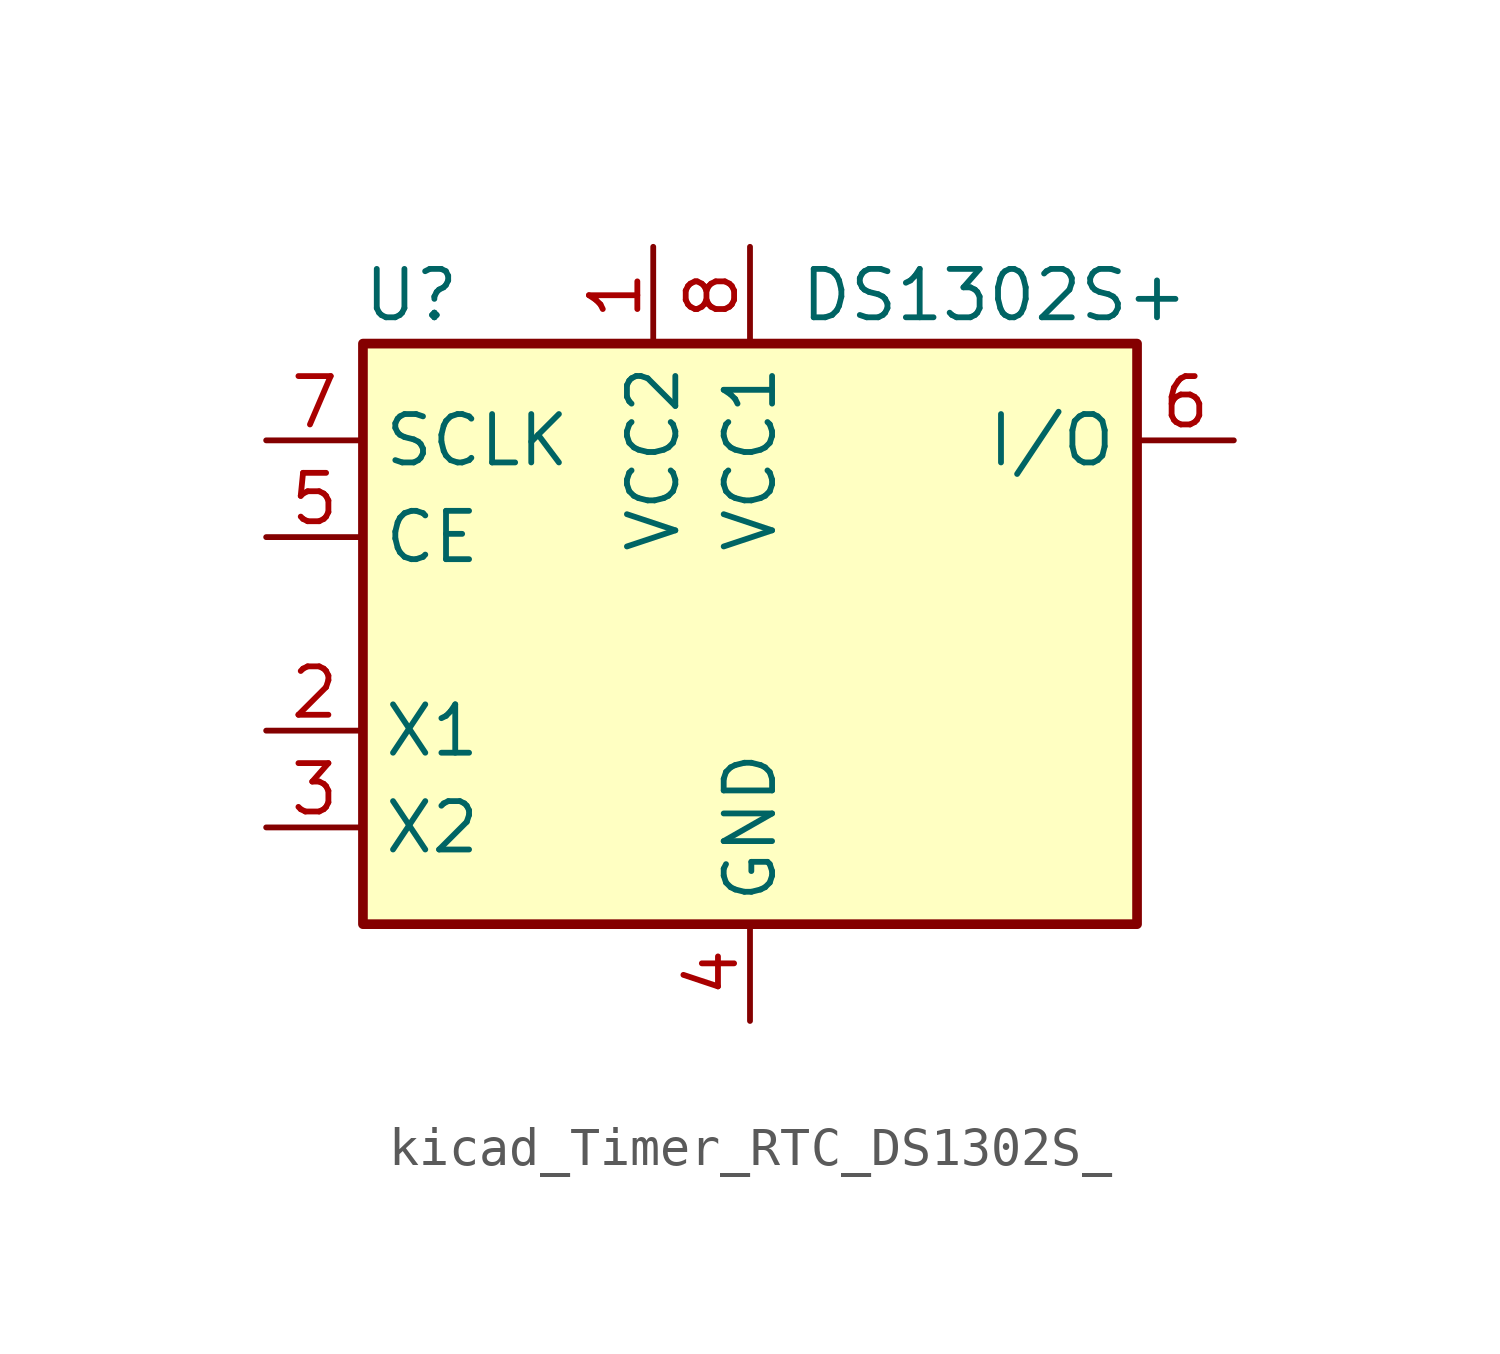
<source format=kicad_sym>
(kicad_symbol_lib
  (version 20220914)
  (generator kicad_symbol_editor)
  (symbol "kicad_Timer_RTC_DS1302S_"
    (property "Reference" "U"
      (at -8.89 8.89 0)
      (effects (font (size 1.27 1.27))))
    (property "Value" "DS1302S+"
      (at 1.27 8.89 0)
      (effects (font (size 1.27 1.27)) (justify left)))
    (symbol "kicad_Timer_RTC_DS1302S__1_1"
      (rectangle (start -10.16 7.62) (end 10.16 -7.62) (stroke (width 0.254) (type default)) (fill (type background)))
      (pin power_in line (at -2.54 10.16 270) (length 2.54) (name "VCC2" (effects (font (size 1.27 1.27)))) (number "1" (effects (font (size 1.27 1.27)))))
      (pin input line (at -12.7 -2.54 0) (length 2.54) (name "X1" (effects (font (size 1.27 1.27)))) (number "2" (effects (font (size 1.27 1.27)))))
      (pin input line (at -12.7 -5.08 0) (length 2.54) (name "X2" (effects (font (size 1.27 1.27)))) (number "3" (effects (font (size 1.27 1.27)))))
      (pin power_in line (at 0 -10.16 90) (length 2.54) (name "GND" (effects (font (size 1.27 1.27)))) (number "4" (effects (font (size 1.27 1.27)))))
      (pin input line (at -12.7 2.54 0) (length 2.54) (name "CE" (effects (font (size 1.27 1.27)))) (number "5" (effects (font (size 1.27 1.27)))))
      (pin bidirectional line (at 12.7 5.08 180) (length 2.54) (name "I/O" (effects (font (size 1.27 1.27)))) (number "6" (effects (font (size 1.27 1.27)))))
      (pin input line (at -12.7 5.08 0) (length 2.54) (name "SCLK" (effects (font (size 1.27 1.27)))) (number "7" (effects (font (size 1.27 1.27)))))
      (pin power_in line (at 0 10.16 270) (length 2.54) (name "VCC1" (effects (font (size 1.27 1.27)))) (number "8" (effects (font (size 1.27 1.27))))))))
</source>
